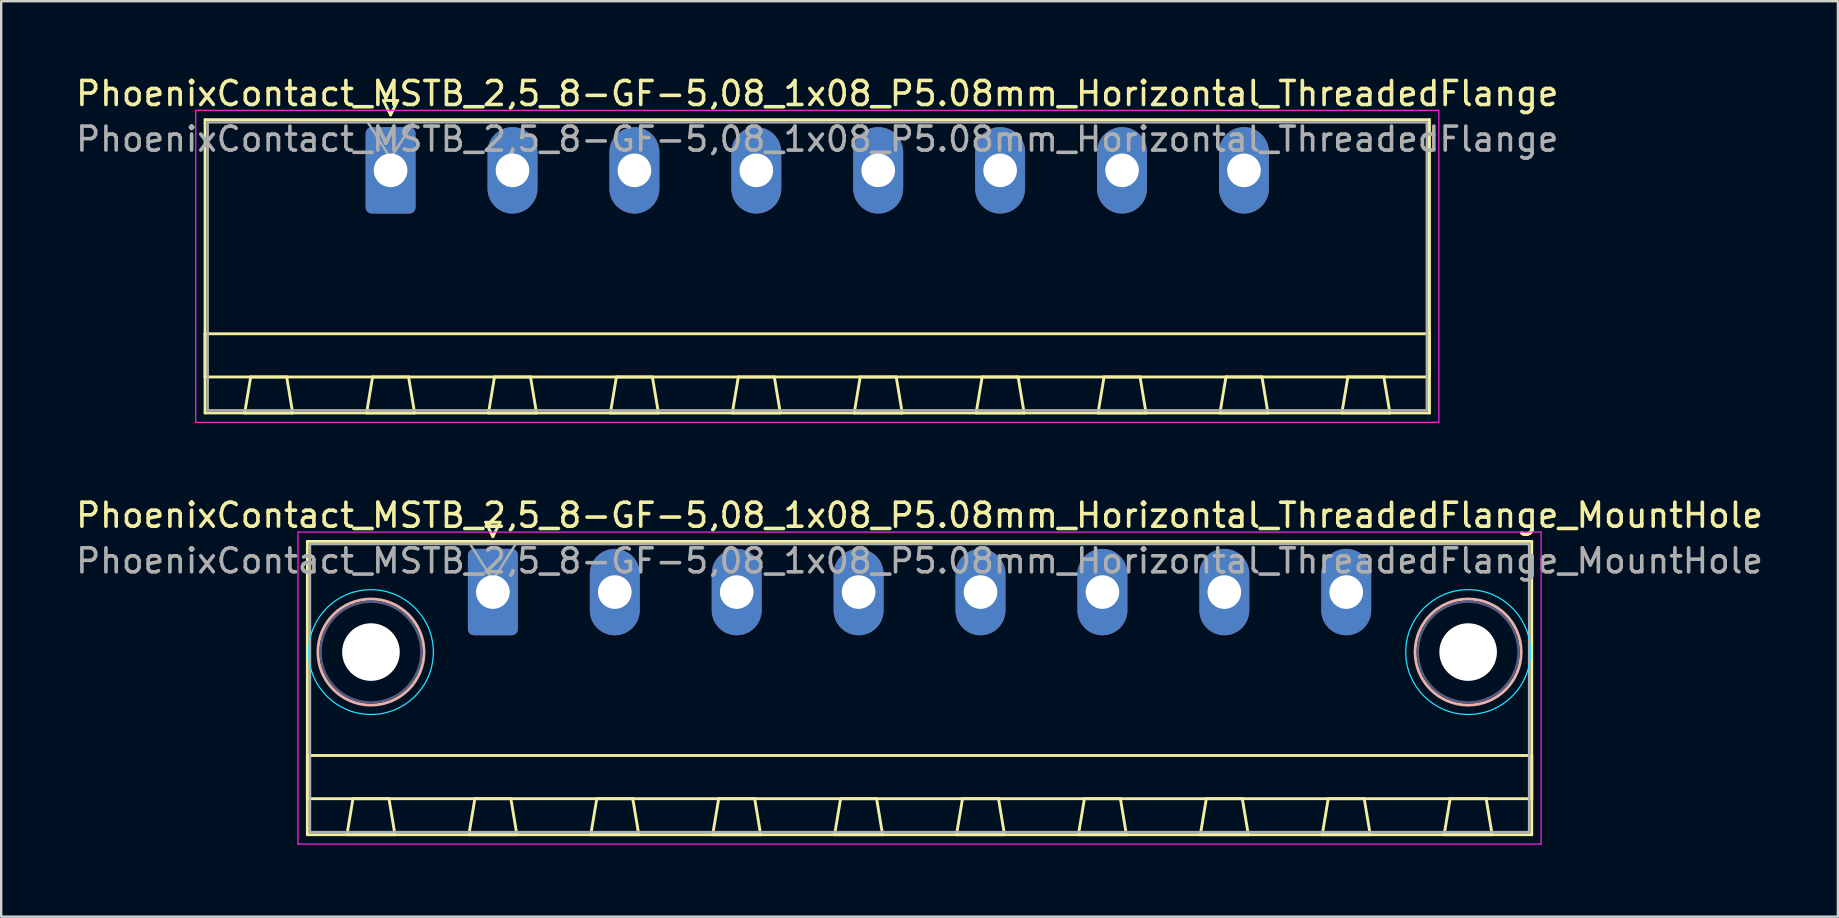
<source format=kicad_pcb>
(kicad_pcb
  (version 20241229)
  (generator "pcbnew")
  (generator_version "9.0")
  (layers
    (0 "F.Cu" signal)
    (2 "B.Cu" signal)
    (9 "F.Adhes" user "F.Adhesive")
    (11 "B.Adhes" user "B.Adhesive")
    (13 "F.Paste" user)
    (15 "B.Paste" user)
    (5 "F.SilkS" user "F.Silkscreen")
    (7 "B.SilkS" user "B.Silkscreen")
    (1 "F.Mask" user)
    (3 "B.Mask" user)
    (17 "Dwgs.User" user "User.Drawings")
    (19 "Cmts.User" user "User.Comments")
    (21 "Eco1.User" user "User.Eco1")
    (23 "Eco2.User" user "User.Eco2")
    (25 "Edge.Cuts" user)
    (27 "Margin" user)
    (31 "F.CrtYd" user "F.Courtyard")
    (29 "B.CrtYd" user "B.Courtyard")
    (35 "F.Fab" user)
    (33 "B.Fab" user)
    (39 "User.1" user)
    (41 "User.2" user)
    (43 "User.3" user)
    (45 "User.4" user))
  (footprint "PhoenixContact_MSTB_2,5_8-GF-5,08_1x08_P5.08mm_Horizontal_ThreadedFlange_MountHole"
    (layer "F.Cu")
    (at 17.488 21.622)
    (property "Reference" "PhoenixContact_MSTB_2,5_8-GF-5,08_1x08_P5.08mm_Horizontal_ThreadedFlange_MountHole" (at 17.78 -3.2 0) (layer "F.SilkS") (effects (font (size 1 1) (thickness 0.15))))
    (attr through_hole)
    (fp_line (start -7.73 -2.11) (end -7.73 10.11) (stroke (width 0.12) (type solid)) (layer "F.SilkS"))
    (fp_line (start -7.73 6.81) (end 43.29 6.81) (stroke (width 0.12) (type solid)) (layer "F.SilkS"))
    (fp_line (start -7.73 8.61) (end -7.73 6.81) (stroke (width 0.12) (type solid)) (layer "F.SilkS"))
    (fp_line (start -7.73 10.11) (end 43.29 10.11) (stroke (width 0.12) (type solid)) (layer "F.SilkS"))
    (fp_line (start -6.08 10.11) (end -4.08 10.11) (stroke (width 0.12) (type solid)) (layer "F.SilkS"))
    (fp_line (start -5.83 8.61) (end -6.08 10.11) (stroke (width 0.12) (type solid)) (layer "F.SilkS"))
    (fp_line (start -4.33 8.61) (end -5.83 8.61) (stroke (width 0.12) (type solid)) (layer "F.SilkS"))
    (fp_line (start -4.08 10.11) (end -4.33 8.61) (stroke (width 0.12) (type solid)) (layer "F.SilkS"))
    (fp_line (start -1 10.11) (end 1 10.11) (stroke (width 0.12) (type solid)) (layer "F.SilkS"))
    (fp_line (start -0.75 8.61) (end -1 10.11) (stroke (width 0.12) (type solid)) (layer "F.SilkS"))
    (fp_line (start -0.3 -2.91) (end 0.3 -2.91) (stroke (width 0.12) (type solid)) (layer "F.SilkS"))
    (fp_line (start 0 -2.31) (end -0.3 -2.91) (stroke (width 0.12) (type solid)) (layer "F.SilkS"))
    (fp_line (start 0.3 -2.91) (end 0 -2.31) (stroke (width 0.12) (type solid)) (layer "F.SilkS"))
    (fp_line (start 0.75 8.61) (end -0.75 8.61) (stroke (width 0.12) (type solid)) (layer "F.SilkS"))
    (fp_line (start 1 10.11) (end 0.75 8.61) (stroke (width 0.12) (type solid)) (layer "F.SilkS"))
    (fp_line (start 4.08 10.11) (end 6.08 10.11) (stroke (width 0.12) (type solid)) (layer "F.SilkS"))
    (fp_line (start 4.33 8.61) (end 4.08 10.11) (stroke (width 0.12) (type solid)) (layer "F.SilkS"))
    (fp_line (start 5.83 8.61) (end 4.33 8.61) (stroke (width 0.12) (type solid)) (layer "F.SilkS"))
    (fp_line (start 6.08 10.11) (end 5.83 8.61) (stroke (width 0.12) (type solid)) (layer "F.SilkS"))
    (fp_line (start 9.16 10.11) (end 11.16 10.11) (stroke (width 0.12) (type solid)) (layer "F.SilkS"))
    (fp_line (start 9.41 8.61) (end 9.16 10.11) (stroke (width 0.12) (type solid)) (layer "F.SilkS"))
    (fp_line (start 10.91 8.61) (end 9.41 8.61) (stroke (width 0.12) (type solid)) (layer "F.SilkS"))
    (fp_line (start 11.16 10.11) (end 10.91 8.61) (stroke (width 0.12) (type solid)) (layer "F.SilkS"))
    (fp_line (start 14.24 10.11) (end 16.24 10.11) (stroke (width 0.12) (type solid)) (layer "F.SilkS"))
    (fp_line (start 14.49 8.61) (end 14.24 10.11) (stroke (width 0.12) (type solid)) (layer "F.SilkS"))
    (fp_line (start 15.99 8.61) (end 14.49 8.61) (stroke (width 0.12) (type solid)) (layer "F.SilkS"))
    (fp_line (start 16.24 10.11) (end 15.99 8.61) (stroke (width 0.12) (type solid)) (layer "F.SilkS"))
    (fp_line (start 19.32 10.11) (end 21.32 10.11) (stroke (width 0.12) (type solid)) (layer "F.SilkS"))
    (fp_line (start 19.57 8.61) (end 19.32 10.11) (stroke (width 0.12) (type solid)) (layer "F.SilkS"))
    (fp_line (start 21.07 8.61) (end 19.57 8.61) (stroke (width 0.12) (type solid)) (layer "F.SilkS"))
    (fp_line (start 21.32 10.11) (end 21.07 8.61) (stroke (width 0.12) (type solid)) (layer "F.SilkS"))
    (fp_line (start 24.4 10.11) (end 26.4 10.11) (stroke (width 0.12) (type solid)) (layer "F.SilkS"))
    (fp_line (start 24.65 8.61) (end 24.4 10.11) (stroke (width 0.12) (type solid)) (layer "F.SilkS"))
    (fp_line (start 26.15 8.61) (end 24.65 8.61) (stroke (width 0.12) (type solid)) (layer "F.SilkS"))
    (fp_line (start 26.4 10.11) (end 26.15 8.61) (stroke (width 0.12) (type solid)) (layer "F.SilkS"))
    (fp_line (start 29.48 10.11) (end 31.48 10.11) (stroke (width 0.12) (type solid)) (layer "F.SilkS"))
    (fp_line (start 29.73 8.61) (end 29.48 10.11) (stroke (width 0.12) (type solid)) (layer "F.SilkS"))
    (fp_line (start 31.23 8.61) (end 29.73 8.61) (stroke (width 0.12) (type solid)) (layer "F.SilkS"))
    (fp_line (start 31.48 10.11) (end 31.23 8.61) (stroke (width 0.12) (type solid)) (layer "F.SilkS"))
    (fp_line (start 34.56 10.11) (end 36.56 10.11) (stroke (width 0.12) (type solid)) (layer "F.SilkS"))
    (fp_line (start 34.81 8.61) (end 34.56 10.11) (stroke (width 0.12) (type solid)) (layer "F.SilkS"))
    (fp_line (start 36.31 8.61) (end 34.81 8.61) (stroke (width 0.12) (type solid)) (layer "F.SilkS"))
    (fp_line (start 36.56 10.11) (end 36.31 8.61) (stroke (width 0.12) (type solid)) (layer "F.SilkS"))
    (fp_line (start 39.64 10.11) (end 41.64 10.11) (stroke (width 0.12) (type solid)) (layer "F.SilkS"))
    (fp_line (start 39.89 8.61) (end 39.64 10.11) (stroke (width 0.12) (type solid)) (layer "F.SilkS"))
    (fp_line (start 41.39 8.61) (end 39.89 8.61) (stroke (width 0.12) (type solid)) (layer "F.SilkS"))
    (fp_line (start 41.64 10.11) (end 41.39 8.61) (stroke (width 0.12) (type solid)) (layer "F.SilkS"))
    (fp_line (start 43.29 -2.11) (end -7.73 -2.11) (stroke (width 0.12) (type solid)) (layer "F.SilkS"))
    (fp_line (start 43.29 6.81) (end 43.29 8.61) (stroke (width 0.12) (type solid)) (layer "F.SilkS"))
    (fp_line (start 43.29 8.61) (end -7.73 8.61) (stroke (width 0.12) (type solid)) (layer "F.SilkS"))
    (fp_line (start 43.29 10.11) (end 43.29 -2.11) (stroke (width 0.12) (type solid)) (layer "F.SilkS"))
    (fp_circle (center -5.08 2.5) (end -2.87 2.5) (stroke (width 0.12) (type solid)) (fill no) (layer "B.SilkS"))
    (fp_circle (center 40.64 2.5) (end 42.85 2.5) (stroke (width 0.12) (type solid)) (fill no) (layer "B.SilkS"))
    (fp_circle (center -5.08 2.5) (end -2.48 2.5) (stroke (width 0.05) (type solid)) (fill no) (layer "B.CrtYd"))
    (fp_circle (center 40.64 2.5) (end 43.24 2.5) (stroke (width 0.05) (type solid)) (fill no) (layer "B.CrtYd"))
    (fp_line (start -8.12 -2.5) (end -8.12 10.5) (stroke (width 0.05) (type solid)) (layer "F.CrtYd"))
    (fp_line (start -8.12 10.5) (end 43.68 10.5) (stroke (width 0.05) (type solid)) (layer "F.CrtYd"))
    (fp_line (start 43.68 -2.5) (end -8.12 -2.5) (stroke (width 0.05) (type solid)) (layer "F.CrtYd"))
    (fp_line (start 43.68 10.5) (end 43.68 -2.5) (stroke (width 0.05) (type solid)) (layer "F.CrtYd"))
    (fp_circle (center -5.08 2.5) (end -2.98 2.5) (stroke (width 0.1) (type solid)) (fill no) (layer "B.Fab"))
    (fp_circle (center 40.64 2.5) (end 42.74 2.5) (stroke (width 0.1) (type solid)) (fill no) (layer "B.Fab"))
    (fp_line (start -7.62 -2) (end -7.62 10) (stroke (width 0.1) (type solid)) (layer "F.Fab"))
    (fp_line (start -7.62 10) (end 43.18 10) (stroke (width 0.1) (type solid)) (layer "F.Fab"))
    (fp_line (start 0 -0.5) (end -0.95 -2) (stroke (width 0.1) (type solid)) (layer "F.Fab"))
    (fp_line (start 0.95 -2) (end 0 -0.5) (stroke (width 0.1) (type solid)) (layer "F.Fab"))
    (fp_line (start 43.18 -2) (end -7.62 -2) (stroke (width 0.1) (type solid)) (layer "F.Fab"))
    (fp_line (start 43.18 10) (end 43.18 -2) (stroke (width 0.1) (type solid)) (layer "F.Fab"))
    (fp_text user "${REFERENCE}" (at 17.78 -1.3 0) (layer "F.Fab") (effects (font (size 1 1) (thickness 0.15))))
    (pad "" np_thru_hole circle (at -5.08 2.5) (size 2.4 2.4) (drill 2.4) (layers "*.Cu" "*.Mask"))
    (pad "" np_thru_hole circle (at 40.64 2.5) (size 2.4 2.4) (drill 2.4) (layers "*.Cu" "*.Mask"))
    (pad "1" thru_hole roundrect (at 0 0) (size 2.08 3.6) (drill 1.4) (layers "*.Cu" "*.Mask") (roundrect_rratio 0.12))
    (pad "2" thru_hole oval (at 5.08 0) (size 2.08 3.6) (drill 1.4) (layers "*.Cu" "*.Mask"))
    (pad "3" thru_hole oval (at 10.16 0) (size 2.08 3.6) (drill 1.4) (layers "*.Cu" "*.Mask"))
    (pad "4" thru_hole oval (at 15.24 0) (size 2.08 3.6) (drill 1.4) (layers "*.Cu" "*.Mask"))
    (pad "5" thru_hole oval (at 20.32 0) (size 2.08 3.6) (drill 1.4) (layers "*.Cu" "*.Mask"))
    (pad "6" thru_hole oval (at 25.4 0) (size 2.08 3.6) (drill 1.4) (layers "*.Cu" "*.Mask"))
    (pad "7" thru_hole oval (at 30.48 0) (size 2.08 3.6) (drill 1.4) (layers "*.Cu" "*.Mask"))
    (pad "8" thru_hole oval (at 35.56 0) (size 2.08 3.6) (drill 1.4) (layers "*.Cu" "*.Mask")))
  (footprint "PhoenixContact_MSTB_2,5_8-GF-5,08_1x08_P5.08mm_Horizontal_ThreadedFlange"
    (layer "F.Cu")
    (at 13.226 4.048)
    (property "Reference" "PhoenixContact_MSTB_2,5_8-GF-5,08_1x08_P5.08mm_Horizontal_ThreadedFlange" (at 17.78 -3.2 0) (layer "F.SilkS") (effects (font (size 1 1) (thickness 0.15))))
    (attr through_hole)
    (fp_line (start -7.73 -2.11) (end -7.73 10.11) (stroke (width 0.12) (type solid)) (layer "F.SilkS"))
    (fp_line (start -7.73 6.81) (end 43.29 6.81) (stroke (width 0.12) (type solid)) (layer "F.SilkS"))
    (fp_line (start -7.73 8.61) (end -7.73 6.81) (stroke (width 0.12) (type solid)) (layer "F.SilkS"))
    (fp_line (start -7.73 10.11) (end 43.29 10.11) (stroke (width 0.12) (type solid)) (layer "F.SilkS"))
    (fp_line (start -6.08 10.11) (end -4.08 10.11) (stroke (width 0.12) (type solid)) (layer "F.SilkS"))
    (fp_line (start -5.83 8.61) (end -6.08 10.11) (stroke (width 0.12) (type solid)) (layer "F.SilkS"))
    (fp_line (start -4.33 8.61) (end -5.83 8.61) (stroke (width 0.12) (type solid)) (layer "F.SilkS"))
    (fp_line (start -4.08 10.11) (end -4.33 8.61) (stroke (width 0.12) (type solid)) (layer "F.SilkS"))
    (fp_line (start -1 10.11) (end 1 10.11) (stroke (width 0.12) (type solid)) (layer "F.SilkS"))
    (fp_line (start -0.75 8.61) (end -1 10.11) (stroke (width 0.12) (type solid)) (layer "F.SilkS"))
    (fp_line (start -0.3 -2.91) (end 0.3 -2.91) (stroke (width 0.12) (type solid)) (layer "F.SilkS"))
    (fp_line (start 0 -2.31) (end -0.3 -2.91) (stroke (width 0.12) (type solid)) (layer "F.SilkS"))
    (fp_line (start 0.3 -2.91) (end 0 -2.31) (stroke (width 0.12) (type solid)) (layer "F.SilkS"))
    (fp_line (start 0.75 8.61) (end -0.75 8.61) (stroke (width 0.12) (type solid)) (layer "F.SilkS"))
    (fp_line (start 1 10.11) (end 0.75 8.61) (stroke (width 0.12) (type solid)) (layer "F.SilkS"))
    (fp_line (start 4.08 10.11) (end 6.08 10.11) (stroke (width 0.12) (type solid)) (layer "F.SilkS"))
    (fp_line (start 4.33 8.61) (end 4.08 10.11) (stroke (width 0.12) (type solid)) (layer "F.SilkS"))
    (fp_line (start 5.83 8.61) (end 4.33 8.61) (stroke (width 0.12) (type solid)) (layer "F.SilkS"))
    (fp_line (start 6.08 10.11) (end 5.83 8.61) (stroke (width 0.12) (type solid)) (layer "F.SilkS"))
    (fp_line (start 9.16 10.11) (end 11.16 10.11) (stroke (width 0.12) (type solid)) (layer "F.SilkS"))
    (fp_line (start 9.41 8.61) (end 9.16 10.11) (stroke (width 0.12) (type solid)) (layer "F.SilkS"))
    (fp_line (start 10.91 8.61) (end 9.41 8.61) (stroke (width 0.12) (type solid)) (layer "F.SilkS"))
    (fp_line (start 11.16 10.11) (end 10.91 8.61) (stroke (width 0.12) (type solid)) (layer "F.SilkS"))
    (fp_line (start 14.24 10.11) (end 16.24 10.11) (stroke (width 0.12) (type solid)) (layer "F.SilkS"))
    (fp_line (start 14.49 8.61) (end 14.24 10.11) (stroke (width 0.12) (type solid)) (layer "F.SilkS"))
    (fp_line (start 15.99 8.61) (end 14.49 8.61) (stroke (width 0.12) (type solid)) (layer "F.SilkS"))
    (fp_line (start 16.24 10.11) (end 15.99 8.61) (stroke (width 0.12) (type solid)) (layer "F.SilkS"))
    (fp_line (start 19.32 10.11) (end 21.32 10.11) (stroke (width 0.12) (type solid)) (layer "F.SilkS"))
    (fp_line (start 19.57 8.61) (end 19.32 10.11) (stroke (width 0.12) (type solid)) (layer "F.SilkS"))
    (fp_line (start 21.07 8.61) (end 19.57 8.61) (stroke (width 0.12) (type solid)) (layer "F.SilkS"))
    (fp_line (start 21.32 10.11) (end 21.07 8.61) (stroke (width 0.12) (type solid)) (layer "F.SilkS"))
    (fp_line (start 24.4 10.11) (end 26.4 10.11) (stroke (width 0.12) (type solid)) (layer "F.SilkS"))
    (fp_line (start 24.65 8.61) (end 24.4 10.11) (stroke (width 0.12) (type solid)) (layer "F.SilkS"))
    (fp_line (start 26.15 8.61) (end 24.65 8.61) (stroke (width 0.12) (type solid)) (layer "F.SilkS"))
    (fp_line (start 26.4 10.11) (end 26.15 8.61) (stroke (width 0.12) (type solid)) (layer "F.SilkS"))
    (fp_line (start 29.48 10.11) (end 31.48 10.11) (stroke (width 0.12) (type solid)) (layer "F.SilkS"))
    (fp_line (start 29.73 8.61) (end 29.48 10.11) (stroke (width 0.12) (type solid)) (layer "F.SilkS"))
    (fp_line (start 31.23 8.61) (end 29.73 8.61) (stroke (width 0.12) (type solid)) (layer "F.SilkS"))
    (fp_line (start 31.48 10.11) (end 31.23 8.61) (stroke (width 0.12) (type solid)) (layer "F.SilkS"))
    (fp_line (start 34.56 10.11) (end 36.56 10.11) (stroke (width 0.12) (type solid)) (layer "F.SilkS"))
    (fp_line (start 34.81 8.61) (end 34.56 10.11) (stroke (width 0.12) (type solid)) (layer "F.SilkS"))
    (fp_line (start 36.31 8.61) (end 34.81 8.61) (stroke (width 0.12) (type solid)) (layer "F.SilkS"))
    (fp_line (start 36.56 10.11) (end 36.31 8.61) (stroke (width 0.12) (type solid)) (layer "F.SilkS"))
    (fp_line (start 39.64 10.11) (end 41.64 10.11) (stroke (width 0.12) (type solid)) (layer "F.SilkS"))
    (fp_line (start 39.89 8.61) (end 39.64 10.11) (stroke (width 0.12) (type solid)) (layer "F.SilkS"))
    (fp_line (start 41.39 8.61) (end 39.89 8.61) (stroke (width 0.12) (type solid)) (layer "F.SilkS"))
    (fp_line (start 41.64 10.11) (end 41.39 8.61) (stroke (width 0.12) (type solid)) (layer "F.SilkS"))
    (fp_line (start 43.29 -2.11) (end -7.73 -2.11) (stroke (width 0.12) (type solid)) (layer "F.SilkS"))
    (fp_line (start 43.29 6.81) (end 43.29 8.61) (stroke (width 0.12) (type solid)) (layer "F.SilkS"))
    (fp_line (start 43.29 8.61) (end -7.73 8.61) (stroke (width 0.12) (type solid)) (layer "F.SilkS"))
    (fp_line (start 43.29 10.11) (end 43.29 -2.11) (stroke (width 0.12) (type solid)) (layer "F.SilkS"))
    (fp_line (start -8.12 -2.5) (end -8.12 10.5) (stroke (width 0.05) (type solid)) (layer "F.CrtYd"))
    (fp_line (start -8.12 10.5) (end 43.68 10.5) (stroke (width 0.05) (type solid)) (layer "F.CrtYd"))
    (fp_line (start 43.68 -2.5) (end -8.12 -2.5) (stroke (width 0.05) (type solid)) (layer "F.CrtYd"))
    (fp_line (start 43.68 10.5) (end 43.68 -2.5) (stroke (width 0.05) (type solid)) (layer "F.CrtYd"))
    (fp_line (start -7.62 -2) (end -7.62 10) (stroke (width 0.1) (type solid)) (layer "F.Fab"))
    (fp_line (start -7.62 10) (end 43.18 10) (stroke (width 0.1) (type solid)) (layer "F.Fab"))
    (fp_line (start 0 -0.5) (end -0.95 -2) (stroke (width 0.1) (type solid)) (layer "F.Fab"))
    (fp_line (start 0.95 -2) (end 0 -0.5) (stroke (width 0.1) (type solid)) (layer "F.Fab"))
    (fp_line (start 43.18 -2) (end -7.62 -2) (stroke (width 0.1) (type solid)) (layer "F.Fab"))
    (fp_line (start 43.18 10) (end 43.18 -2) (stroke (width 0.1) (type solid)) (layer "F.Fab"))
    (fp_text user "${REFERENCE}" (at 17.78 -1.3 0) (layer "F.Fab") (effects (font (size 1 1) (thickness 0.15))))
    (pad "1" thru_hole roundrect (at 0 0) (size 2.08 3.6) (drill 1.4) (layers "*.Cu" "*.Mask") (roundrect_rratio 0.12))
    (pad "2" thru_hole oval (at 5.08 0) (size 2.08 3.6) (drill 1.4) (layers "*.Cu" "*.Mask"))
    (pad "3" thru_hole oval (at 10.16 0) (size 2.08 3.6) (drill 1.4) (layers "*.Cu" "*.Mask"))
    (pad "4" thru_hole oval (at 15.24 0) (size 2.08 3.6) (drill 1.4) (layers "*.Cu" "*.Mask"))
    (pad "5" thru_hole oval (at 20.32 0) (size 2.08 3.6) (drill 1.4) (layers "*.Cu" "*.Mask"))
    (pad "6" thru_hole oval (at 25.4 0) (size 2.08 3.6) (drill 1.4) (layers "*.Cu" "*.Mask"))
    (pad "7" thru_hole oval (at 30.48 0) (size 2.08 3.6) (drill 1.4) (layers "*.Cu" "*.Mask"))
    (pad "8" thru_hole oval (at 35.56 0) (size 2.08 3.6) (drill 1.4) (layers "*.Cu" "*.Mask")))
  (gr_rect
    (start -3 -3)
    (end 73.536 35.147)
    (stroke (width 0.1) (type default))
    (fill no)
    (layer "Edge.Cuts")))
</source>
